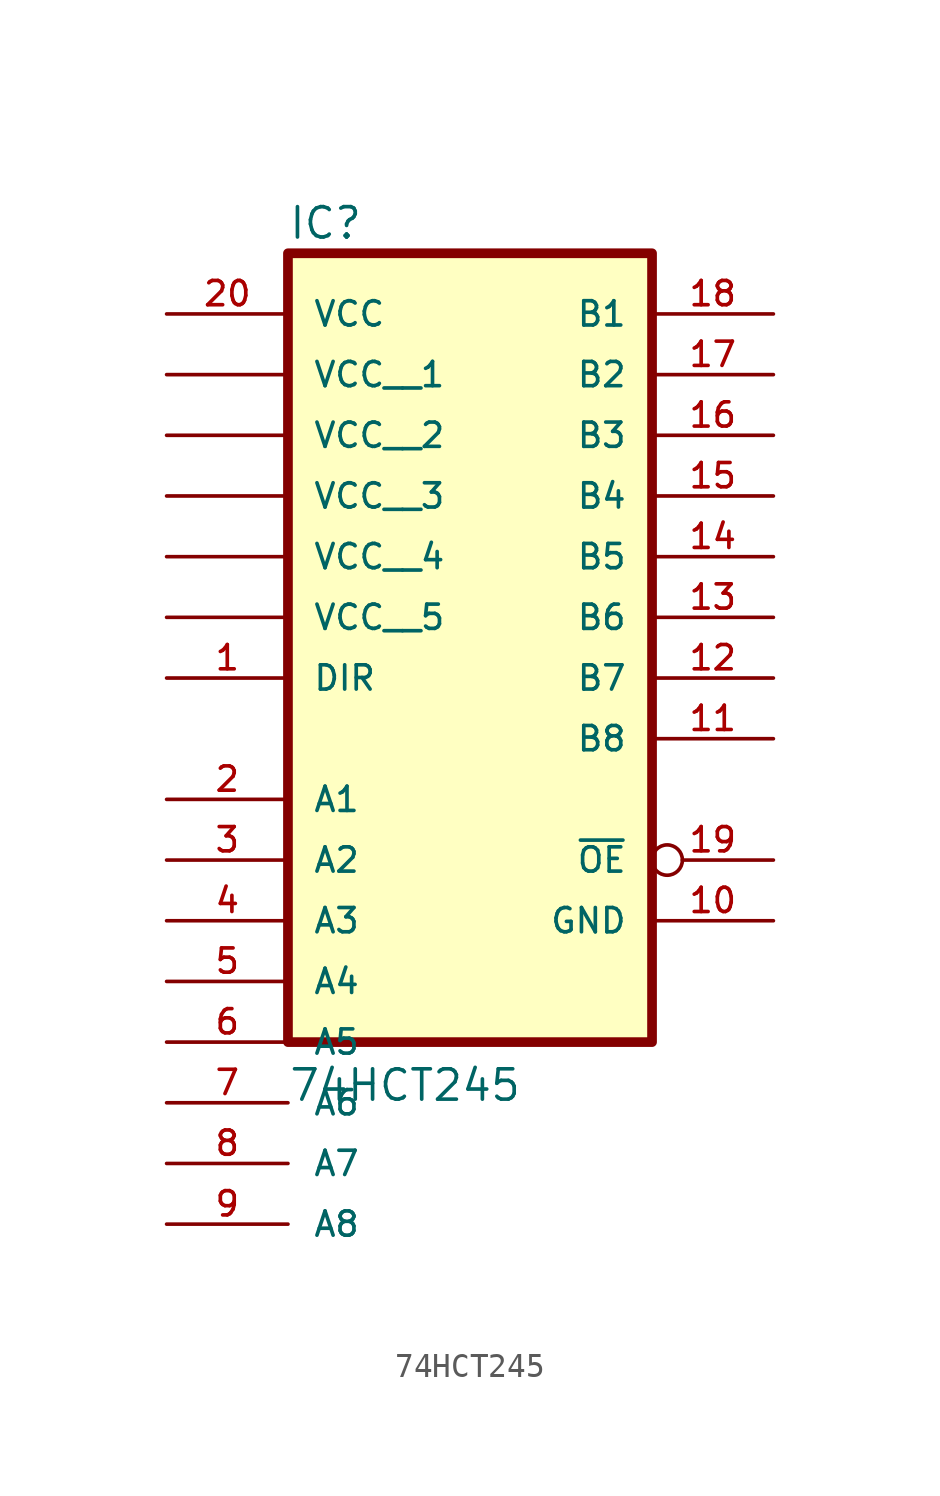
<source format=kicad_sym>
(kicad_symbol_lib
  (version 20211014)
  (generator kicad_symbol_editor)
  (symbol "74HCT245"
    (pin_names
      (offset 1.016))
    (property "Reference" "IC"
      (at -7.625 15.758 0)
      (effects (font (size 1.27 1.27)) (justify bottom left)))
    (property "Value" "74HCT245"
      (at -7.625 -20.331 0)
      (effects (font (size 1.27 1.27)) (justify bottom left)))
    (symbol "74HCT245_0_0"
      (rectangle (start -7.62 -17.78) (end 7.62 15.24) (stroke (width 0.406)) (fill (type background)))
      (pin input line (at -12.7 -2.54 0) (length 5.08) (name "DIR" (effects (font (size 1.016 1.016)))) (number "1" (effects (font (size 1.016 1.016)))))
      (pin bidirectional line (at -12.7 -7.62 0) (length 5.08) (name "A1" (effects (font (size 1.016 1.016)))) (number "2" (effects (font (size 1.016 1.016)))))
      (pin bidirectional line (at -12.7 -10.16 0) (length 5.08) (name "A2" (effects (font (size 1.016 1.016)))) (number "3" (effects (font (size 1.016 1.016)))))
      (pin bidirectional line (at -12.7 -12.7 0) (length 5.08) (name "A3" (effects (font (size 1.016 1.016)))) (number "4" (effects (font (size 1.016 1.016)))))
      (pin bidirectional line (at -12.7 -15.24 0) (length 5.08) (name "A4" (effects (font (size 1.016 1.016)))) (number "5" (effects (font (size 1.016 1.016)))))
      (pin bidirectional line (at -12.7 -17.78 0) (length 5.08) (name "A5" (effects (font (size 1.016 1.016)))) (number "6" (effects (font (size 1.016 1.016)))))
      (pin bidirectional line (at -12.7 -20.32 0) (length 5.08) (name "A6" (effects (font (size 1.016 1.016)))) (number "7" (effects (font (size 1.016 1.016)))))
      (pin bidirectional line (at -12.7 -22.86 0) (length 5.08) (name "A7" (effects (font (size 1.016 1.016)))) (number "8" (effects (font (size 1.016 1.016)))))
      (pin bidirectional line (at -12.7 -25.4 0) (length 5.08) (name "A8" (effects (font (size 1.016 1.016)))) (number "9" (effects (font (size 1.016 1.016)))))
      (pin bidirectional line (at 12.7 -5.08 180.0) (length 5.08) (name "B8" (effects (font (size 1.016 1.016)))) (number "11" (effects (font (size 1.016 1.016)))))
      (pin bidirectional line (at 12.7 -2.54 180.0) (length 5.08) (name "B7" (effects (font (size 1.016 1.016)))) (number "12" (effects (font (size 1.016 1.016)))))
      (pin bidirectional line (at 12.7 0.0 180.0) (length 5.08) (name "B6" (effects (font (size 1.016 1.016)))) (number "13" (effects (font (size 1.016 1.016)))))
      (pin bidirectional line (at 12.7 2.54 180.0) (length 5.08) (name "B5" (effects (font (size 1.016 1.016)))) (number "14" (effects (font (size 1.016 1.016)))))
      (pin bidirectional line (at 12.7 5.08 180.0) (length 5.08) (name "B4" (effects (font (size 1.016 1.016)))) (number "15" (effects (font (size 1.016 1.016)))))
      (pin bidirectional line (at 12.7 7.62 180.0) (length 5.08) (name "B3" (effects (font (size 1.016 1.016)))) (number "16" (effects (font (size 1.016 1.016)))))
      (pin bidirectional line (at 12.7 10.16 180.0) (length 5.08) (name "B2" (effects (font (size 1.016 1.016)))) (number "17" (effects (font (size 1.016 1.016)))))
      (pin bidirectional line (at 12.7 12.7 180.0) (length 5.08) (name "B1" (effects (font (size 1.016 1.016)))) (number "18" (effects (font (size 1.016 1.016)))))
      (pin input inverted (at 12.7 -10.16 180.0) (length 5.08) (name "~{OE}" (effects (font (size 1.016 1.016)))) (number "19" (effects (font (size 1.016 1.016)))))
      (pin power_in line (at 12.7 -12.7 180.0) (length 5.08) (name "GND" (effects (font (size 1.016 1.016)))) (number "10" (effects (font (size 1.016 1.016)))))
      (pin power_in line (at -12.7 12.7 0) (length 5.08) (name "VCC" (effects (font (size 1.016 1.016)))) (number "20" (effects (font (size 1.016 1.016)))))
      (pin power_in line (at -12.7 10.16 0) (length 5.08) (name "VCC__1" (effects (font (size 1.016 1.016)))) (number "~" (effects (font (size 1.016 1.016)))))
      (pin power_in line (at -12.7 7.62 0) (length 5.08) (name "VCC__2" (effects (font (size 1.016 1.016)))) (number "~" (effects (font (size 1.016 1.016)))))
      (pin power_in line (at -12.7 5.08 0) (length 5.08) (name "VCC__3" (effects (font (size 1.016 1.016)))) (number "~" (effects (font (size 1.016 1.016)))))
      (pin power_in line (at -12.7 2.54 0) (length 5.08) (name "VCC__4" (effects (font (size 1.016 1.016)))) (number "~" (effects (font (size 1.016 1.016)))))
      (pin power_in line (at -12.7 0.0 0) (length 5.08) (name "VCC__5" (effects (font (size 1.016 1.016)))) (number "~" (effects (font (size 1.016 1.016))))))))
</source>
